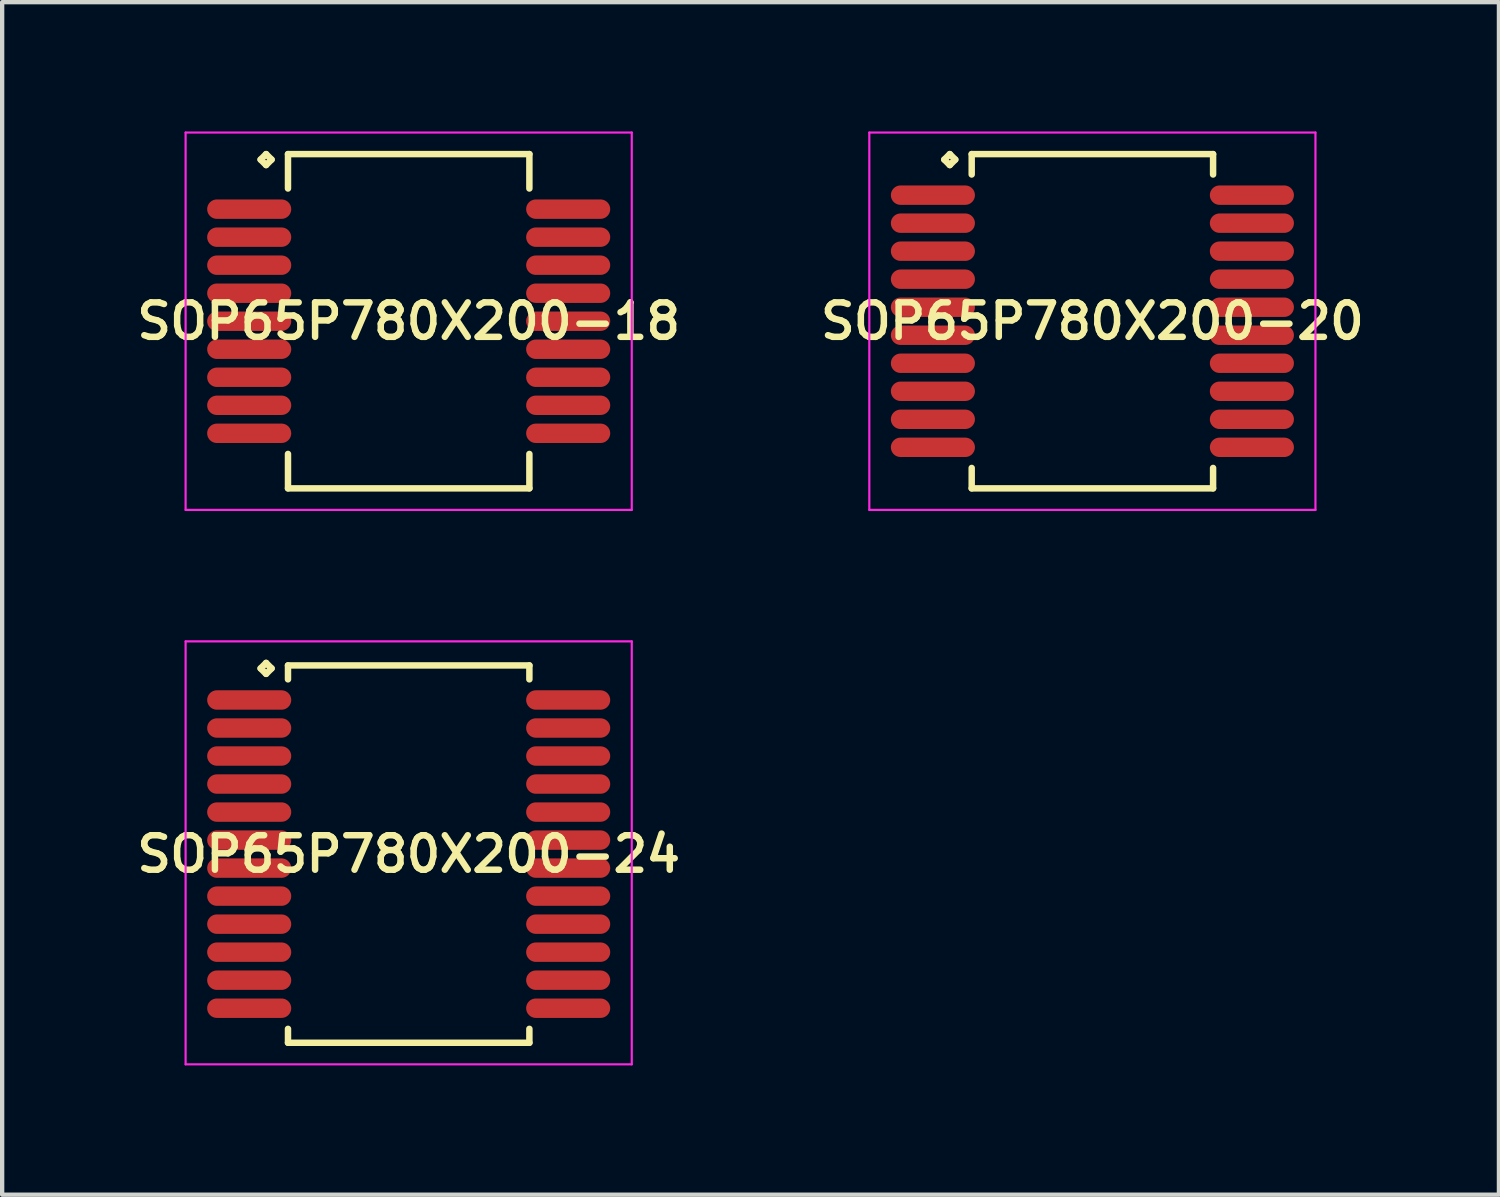
<source format=kicad_pcb>
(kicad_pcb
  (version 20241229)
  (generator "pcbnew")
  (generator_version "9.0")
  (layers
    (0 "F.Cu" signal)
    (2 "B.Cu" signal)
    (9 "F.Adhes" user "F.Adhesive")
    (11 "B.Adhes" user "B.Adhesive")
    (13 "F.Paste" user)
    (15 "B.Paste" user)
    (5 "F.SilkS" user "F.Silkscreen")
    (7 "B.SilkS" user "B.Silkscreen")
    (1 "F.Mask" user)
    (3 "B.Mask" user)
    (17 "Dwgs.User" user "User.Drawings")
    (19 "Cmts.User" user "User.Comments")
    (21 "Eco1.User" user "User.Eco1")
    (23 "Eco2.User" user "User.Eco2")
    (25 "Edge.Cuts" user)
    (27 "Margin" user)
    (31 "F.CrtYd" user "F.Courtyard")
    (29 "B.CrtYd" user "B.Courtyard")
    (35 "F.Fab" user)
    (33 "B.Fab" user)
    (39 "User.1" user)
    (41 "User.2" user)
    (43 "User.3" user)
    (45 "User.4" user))
  (footprint "SOP65P780X200-24"
    (layer "F.Cu")
    (at 6.431 16.764)
    (property "Reference" "SOP65P780X200-24" (at 0 0 0) (layer "F.SilkS") (effects (font (size 0.8 0.8) (thickness 0.15))))
    (attr smd)
    (fp_line (start -3.435 -4.308) (end -3.308 -4.435) (stroke (width 0.15) (type solid)) (layer "F.SilkS"))
    (fp_line (start -3.308 -4.435) (end -3.181 -4.308) (stroke (width 0.15) (type solid)) (layer "F.SilkS"))
    (fp_line (start -3.308 -4.181) (end -3.435 -4.308) (stroke (width 0.15) (type solid)) (layer "F.SilkS"))
    (fp_line (start -3.181 -4.308) (end -3.308 -4.181) (stroke (width 0.15) (type solid)) (layer "F.SilkS"))
    (fp_line (start -2.8 -4.377) (end 2.8 -4.377) (stroke (width 0.15) (type solid)) (layer "F.SilkS"))
    (fp_line (start -2.8 -4.054) (end -2.8 -4.377) (stroke (width 0.15) (type solid)) (layer "F.SilkS"))
    (fp_line (start -2.8 4.054) (end -2.8 4.377) (stroke (width 0.15) (type solid)) (layer "F.SilkS"))
    (fp_line (start -2.8 4.377) (end 2.8 4.377) (stroke (width 0.15) (type solid)) (layer "F.SilkS"))
    (fp_line (start 2.8 -4.377) (end 2.8 -4.054) (stroke (width 0.15) (type solid)) (layer "F.SilkS"))
    (fp_line (start 2.8 4.377) (end 2.8 4.054) (stroke (width 0.15) (type solid)) (layer "F.SilkS"))
    (fp_line (start -5.175 -4.935) (end 5.175 -4.935) (stroke (width 0.05) (type solid)) (layer "F.CrtYd"))
    (fp_line (start -5.175 4.877) (end -5.175 -4.935) (stroke (width 0.05) (type solid)) (layer "F.CrtYd"))
    (fp_line (start 5.175 -4.935) (end 5.175 4.877) (stroke (width 0.05) (type solid)) (layer "F.CrtYd"))
    (fp_line (start 5.175 4.877) (end -5.175 4.877) (stroke (width 0.05) (type solid)) (layer "F.CrtYd"))
    (pad "1" smd oval (at -3.7 -3.575) (size 1.95 0.45) (layers "F.Cu" "F.Mask" "F.Paste"))
    (pad "2" smd oval (at -3.7 -2.925) (size 1.95 0.45) (layers "F.Cu" "F.Mask" "F.Paste"))
    (pad "3" smd oval (at -3.7 -2.275) (size 1.95 0.45) (layers "F.Cu" "F.Mask" "F.Paste"))
    (pad "4" smd oval (at -3.7 -1.625) (size 1.95 0.45) (layers "F.Cu" "F.Mask" "F.Paste"))
    (pad "5" smd oval (at -3.7 -0.975) (size 1.95 0.45) (layers "F.Cu" "F.Mask" "F.Paste"))
    (pad "6" smd oval (at -3.7 -0.325) (size 1.95 0.45) (layers "F.Cu" "F.Mask" "F.Paste"))
    (pad "7" smd oval (at -3.7 0.325) (size 1.95 0.45) (layers "F.Cu" "F.Mask" "F.Paste"))
    (pad "8" smd oval (at -3.7 0.975) (size 1.95 0.45) (layers "F.Cu" "F.Mask" "F.Paste"))
    (pad "9" smd oval (at -3.7 1.625) (size 1.95 0.45) (layers "F.Cu" "F.Mask" "F.Paste"))
    (pad "10" smd oval (at -3.7 2.275) (size 1.95 0.45) (layers "F.Cu" "F.Mask" "F.Paste"))
    (pad "11" smd oval (at -3.7 2.925) (size 1.95 0.45) (layers "F.Cu" "F.Mask" "F.Paste"))
    (pad "12" smd oval (at -3.7 3.575) (size 1.95 0.45) (layers "F.Cu" "F.Mask" "F.Paste"))
    (pad "13" smd oval (at 3.7 3.575) (size 1.95 0.45) (layers "F.Cu" "F.Mask" "F.Paste"))
    (pad "14" smd oval (at 3.7 2.925) (size 1.95 0.45) (layers "F.Cu" "F.Mask" "F.Paste"))
    (pad "15" smd oval (at 3.7 2.275) (size 1.95 0.45) (layers "F.Cu" "F.Mask" "F.Paste"))
    (pad "16" smd oval (at 3.7 1.625) (size 1.95 0.45) (layers "F.Cu" "F.Mask" "F.Paste"))
    (pad "17" smd oval (at 3.7 0.975) (size 1.95 0.45) (layers "F.Cu" "F.Mask" "F.Paste"))
    (pad "18" smd oval (at 3.7 0.325) (size 1.95 0.45) (layers "F.Cu" "F.Mask" "F.Paste"))
    (pad "19" smd oval (at 3.7 -0.325) (size 1.95 0.45) (layers "F.Cu" "F.Mask" "F.Paste"))
    (pad "20" smd oval (at 3.7 -0.975) (size 1.95 0.45) (layers "F.Cu" "F.Mask" "F.Paste"))
    (pad "21" smd oval (at 3.7 -1.625) (size 1.95 0.45) (layers "F.Cu" "F.Mask" "F.Paste"))
    (pad "22" smd oval (at 3.7 -2.275) (size 1.95 0.45) (layers "F.Cu" "F.Mask" "F.Paste"))
    (pad "23" smd oval (at 3.7 -2.925) (size 1.95 0.45) (layers "F.Cu" "F.Mask" "F.Paste"))
    (pad "24" smd oval (at 3.7 -3.575) (size 1.95 0.45) (layers "F.Cu" "F.Mask" "F.Paste")))
  (footprint "SOP65P780X200-20"
    (layer "F.Cu")
    (at 22.292 4.402)
    (property "Reference" "SOP65P780X200-20" (at 0 0 0) (layer "F.SilkS") (effects (font (size 0.8 0.8) (thickness 0.15))))
    (attr smd)
    (fp_line (start -3.435 -3.75) (end -3.308 -3.877) (stroke (width 0.15) (type solid)) (layer "F.SilkS"))
    (fp_line (start -3.308 -3.877) (end -3.181 -3.75) (stroke (width 0.15) (type solid)) (layer "F.SilkS"))
    (fp_line (start -3.308 -3.623) (end -3.435 -3.75) (stroke (width 0.15) (type solid)) (layer "F.SilkS"))
    (fp_line (start -3.181 -3.75) (end -3.308 -3.623) (stroke (width 0.15) (type solid)) (layer "F.SilkS"))
    (fp_line (start -2.8 -3.877) (end 2.8 -3.877) (stroke (width 0.15) (type solid)) (layer "F.SilkS"))
    (fp_line (start -2.8 -3.404) (end -2.8 -3.877) (stroke (width 0.15) (type solid)) (layer "F.SilkS"))
    (fp_line (start -2.8 3.404) (end -2.8 3.877) (stroke (width 0.15) (type solid)) (layer "F.SilkS"))
    (fp_line (start -2.8 3.877) (end 2.8 3.877) (stroke (width 0.15) (type solid)) (layer "F.SilkS"))
    (fp_line (start 2.8 -3.877) (end 2.8 -3.404) (stroke (width 0.15) (type solid)) (layer "F.SilkS"))
    (fp_line (start 2.8 3.877) (end 2.8 3.404) (stroke (width 0.15) (type solid)) (layer "F.SilkS"))
    (fp_line (start -5.175 -4.377) (end 5.175 -4.377) (stroke (width 0.05) (type solid)) (layer "F.CrtYd"))
    (fp_line (start -5.175 4.377) (end -5.175 -4.377) (stroke (width 0.05) (type solid)) (layer "F.CrtYd"))
    (fp_line (start 5.175 -4.377) (end 5.175 4.377) (stroke (width 0.05) (type solid)) (layer "F.CrtYd"))
    (fp_line (start 5.175 4.377) (end -5.175 4.377) (stroke (width 0.05) (type solid)) (layer "F.CrtYd"))
    (pad "1" smd oval (at -3.7 -2.925) (size 1.95 0.45) (layers "F.Cu" "F.Mask" "F.Paste"))
    (pad "2" smd oval (at -3.7 -2.275) (size 1.95 0.45) (layers "F.Cu" "F.Mask" "F.Paste"))
    (pad "3" smd oval (at -3.7 -1.625) (size 1.95 0.45) (layers "F.Cu" "F.Mask" "F.Paste"))
    (pad "4" smd oval (at -3.7 -0.975) (size 1.95 0.45) (layers "F.Cu" "F.Mask" "F.Paste"))
    (pad "5" smd oval (at -3.7 -0.325) (size 1.95 0.45) (layers "F.Cu" "F.Mask" "F.Paste"))
    (pad "6" smd oval (at -3.7 0.325) (size 1.95 0.45) (layers "F.Cu" "F.Mask" "F.Paste"))
    (pad "7" smd oval (at -3.7 0.975) (size 1.95 0.45) (layers "F.Cu" "F.Mask" "F.Paste"))
    (pad "8" smd oval (at -3.7 1.625) (size 1.95 0.45) (layers "F.Cu" "F.Mask" "F.Paste"))
    (pad "9" smd oval (at -3.7 2.275) (size 1.95 0.45) (layers "F.Cu" "F.Mask" "F.Paste"))
    (pad "10" smd oval (at -3.7 2.925) (size 1.95 0.45) (layers "F.Cu" "F.Mask" "F.Paste"))
    (pad "11" smd oval (at 3.7 2.925) (size 1.95 0.45) (layers "F.Cu" "F.Mask" "F.Paste"))
    (pad "12" smd oval (at 3.7 2.275) (size 1.95 0.45) (layers "F.Cu" "F.Mask" "F.Paste"))
    (pad "13" smd oval (at 3.7 1.625) (size 1.95 0.45) (layers "F.Cu" "F.Mask" "F.Paste"))
    (pad "14" smd oval (at 3.7 0.975) (size 1.95 0.45) (layers "F.Cu" "F.Mask" "F.Paste"))
    (pad "15" smd oval (at 3.7 0.325) (size 1.95 0.45) (layers "F.Cu" "F.Mask" "F.Paste"))
    (pad "16" smd oval (at 3.7 -0.325) (size 1.95 0.45) (layers "F.Cu" "F.Mask" "F.Paste"))
    (pad "17" smd oval (at 3.7 -0.975) (size 1.95 0.45) (layers "F.Cu" "F.Mask" "F.Paste"))
    (pad "18" smd oval (at 3.7 -1.625) (size 1.95 0.45) (layers "F.Cu" "F.Mask" "F.Paste"))
    (pad "19" smd oval (at 3.7 -2.275) (size 1.95 0.45) (layers "F.Cu" "F.Mask" "F.Paste"))
    (pad "20" smd oval (at 3.7 -2.925) (size 1.95 0.45) (layers "F.Cu" "F.Mask" "F.Paste")))
  (footprint "SOP65P780X200-18"
    (layer "F.Cu")
    (at 6.431 4.402)
    (property "Reference" "SOP65P780X200-18" (at 0 0 0) (layer "F.SilkS") (effects (font (size 0.8 0.8) (thickness 0.15))))
    (attr smd)
    (fp_line (start -3.435 -3.75) (end -3.308 -3.877) (stroke (width 0.15) (type solid)) (layer "F.SilkS"))
    (fp_line (start -3.308 -3.877) (end -3.181 -3.75) (stroke (width 0.15) (type solid)) (layer "F.SilkS"))
    (fp_line (start -3.308 -3.623) (end -3.435 -3.75) (stroke (width 0.15) (type solid)) (layer "F.SilkS"))
    (fp_line (start -3.181 -3.75) (end -3.308 -3.623) (stroke (width 0.15) (type solid)) (layer "F.SilkS"))
    (fp_line (start -2.8 -3.877) (end 2.8 -3.877) (stroke (width 0.15) (type solid)) (layer "F.SilkS"))
    (fp_line (start -2.8 -3.079) (end -2.8 -3.877) (stroke (width 0.15) (type solid)) (layer "F.SilkS"))
    (fp_line (start -2.8 3.079) (end -2.8 3.877) (stroke (width 0.15) (type solid)) (layer "F.SilkS"))
    (fp_line (start -2.8 3.877) (end 2.8 3.877) (stroke (width 0.15) (type solid)) (layer "F.SilkS"))
    (fp_line (start 2.8 -3.877) (end 2.8 -3.079) (stroke (width 0.15) (type solid)) (layer "F.SilkS"))
    (fp_line (start 2.8 3.877) (end 2.8 3.079) (stroke (width 0.15) (type solid)) (layer "F.SilkS"))
    (fp_line (start -5.175 -4.377) (end 5.175 -4.377) (stroke (width 0.05) (type solid)) (layer "F.CrtYd"))
    (fp_line (start -5.175 4.377) (end -5.175 -4.377) (stroke (width 0.05) (type solid)) (layer "F.CrtYd"))
    (fp_line (start 5.175 -4.377) (end 5.175 4.377) (stroke (width 0.05) (type solid)) (layer "F.CrtYd"))
    (fp_line (start 5.175 4.377) (end -5.175 4.377) (stroke (width 0.05) (type solid)) (layer "F.CrtYd"))
    (pad "1" smd oval (at -3.7 -2.6) (size 1.95 0.45) (layers "F.Cu" "F.Mask" "F.Paste"))
    (pad "2" smd oval (at -3.7 -1.95) (size 1.95 0.45) (layers "F.Cu" "F.Mask" "F.Paste"))
    (pad "3" smd oval (at -3.7 -1.3) (size 1.95 0.45) (layers "F.Cu" "F.Mask" "F.Paste"))
    (pad "4" smd oval (at -3.7 -0.65) (size 1.95 0.45) (layers "F.Cu" "F.Mask" "F.Paste"))
    (pad "5" smd oval (at -3.7 0) (size 1.95 0.45) (layers "F.Cu" "F.Mask" "F.Paste"))
    (pad "6" smd oval (at -3.7 0.65) (size 1.95 0.45) (layers "F.Cu" "F.Mask" "F.Paste"))
    (pad "7" smd oval (at -3.7 1.3) (size 1.95 0.45) (layers "F.Cu" "F.Mask" "F.Paste"))
    (pad "8" smd oval (at -3.7 1.95) (size 1.95 0.45) (layers "F.Cu" "F.Mask" "F.Paste"))
    (pad "9" smd oval (at -3.7 2.6) (size 1.95 0.45) (layers "F.Cu" "F.Mask" "F.Paste"))
    (pad "10" smd oval (at 3.7 2.6) (size 1.95 0.45) (layers "F.Cu" "F.Mask" "F.Paste"))
    (pad "11" smd oval (at 3.7 1.95) (size 1.95 0.45) (layers "F.Cu" "F.Mask" "F.Paste"))
    (pad "12" smd oval (at 3.7 1.3) (size 1.95 0.45) (layers "F.Cu" "F.Mask" "F.Paste"))
    (pad "13" smd oval (at 3.7 0.65) (size 1.95 0.45) (layers "F.Cu" "F.Mask" "F.Paste"))
    (pad "14" smd oval (at 3.7 0) (size 1.95 0.45) (layers "F.Cu" "F.Mask" "F.Paste"))
    (pad "15" smd oval (at 3.7 -0.65) (size 1.95 0.45) (layers "F.Cu" "F.Mask" "F.Paste"))
    (pad "16" smd oval (at 3.7 -1.3) (size 1.95 0.45) (layers "F.Cu" "F.Mask" "F.Paste"))
    (pad "17" smd oval (at 3.7 -1.95) (size 1.95 0.45) (layers "F.Cu" "F.Mask" "F.Paste"))
    (pad "18" smd oval (at 3.7 -2.6) (size 1.95 0.45) (layers "F.Cu" "F.Mask" "F.Paste")))
  (gr_rect
    (start -3 -3)
    (end 31.723 24.666)
    (stroke (width 0.1) (type default))
    (fill no)
    (layer "Edge.Cuts")))
</source>
